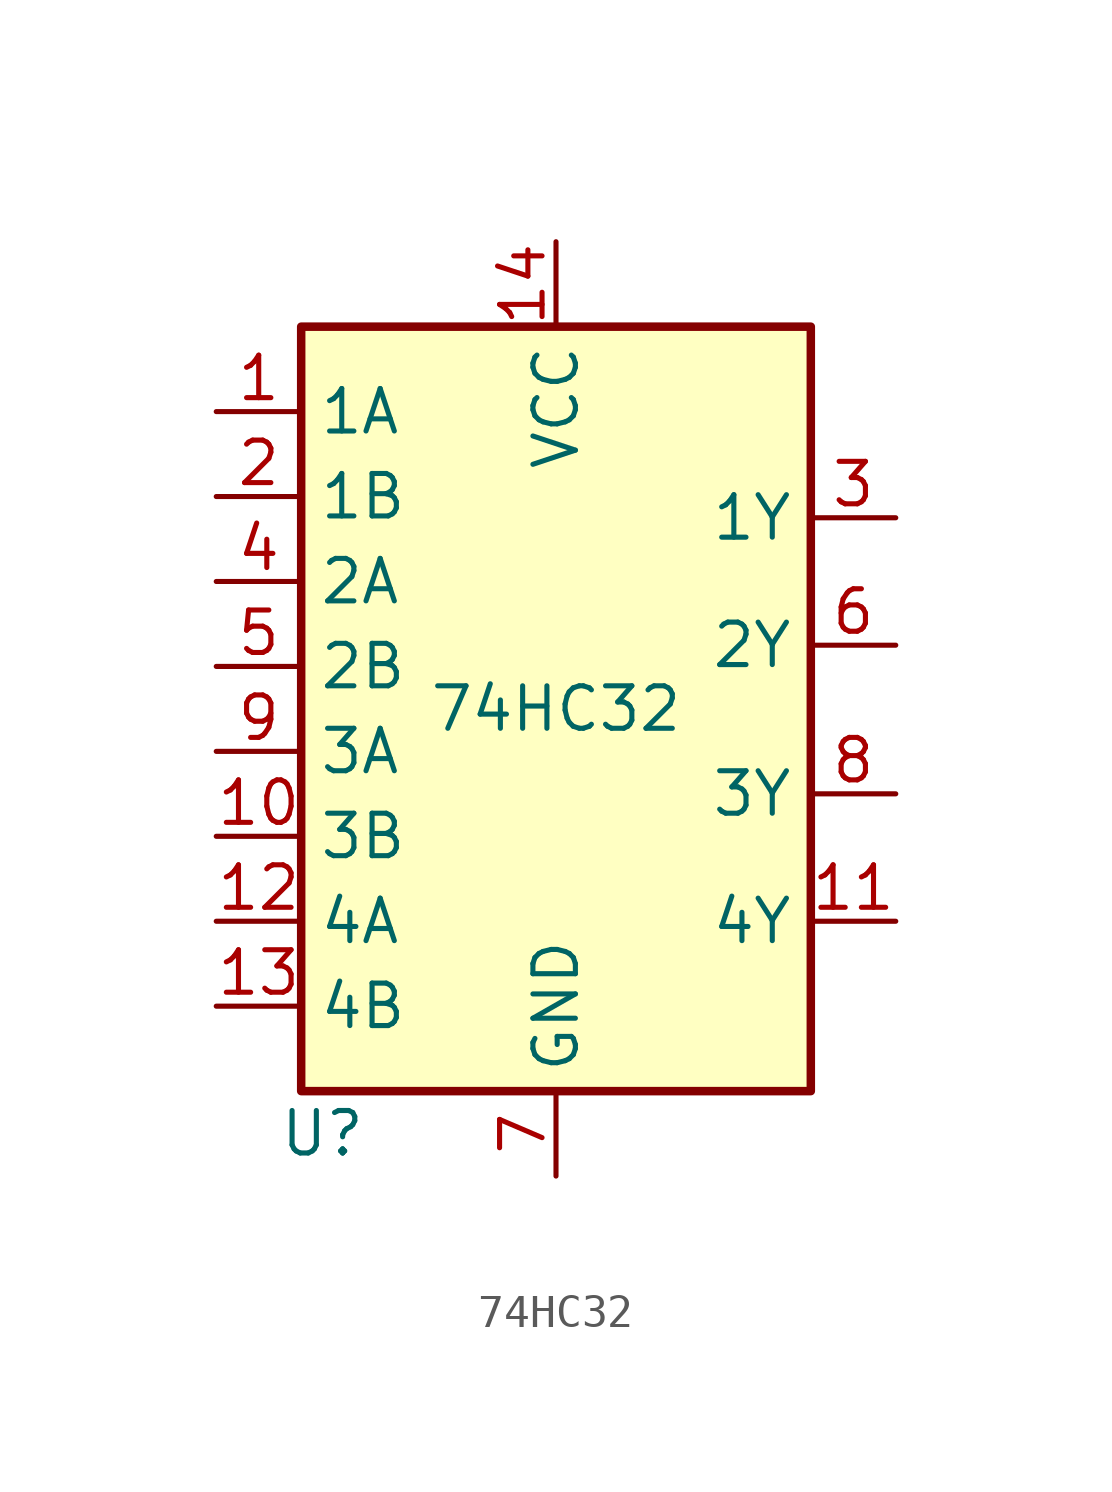
<source format=kicad_sym>
(kicad_symbol_lib
  (version 20211014)
  (generator kicad_symbol_editor)
  (symbol "74HC32"
    (property "Reference" "U"
      (at -6.985 -12.7 0)
      (effects (font (size 1.27 1.27))))
    (property "Value" "74HC32"
      (at 0 0 0)
      (effects (font (size 1.27 1.27))))
    (symbol "74HC32_0_1"
      (rectangle (start -7.62 -11.43) (end 7.62 11.43) (stroke (width 0.254) (type default) (color 0 0 0 0)) (fill (type background))))
    (symbol "74HC32_1_1"
      (pin input line (at -10.16 8.89 0) (length 2.54) (name "1A" (effects (font (size 1.27 1.27)))) (number "1" (effects (font (size 1.27 1.27)))))
      (pin input line (at -10.16 -3.81 0) (length 2.54) (name "3B" (effects (font (size 1.27 1.27)))) (number "10" (effects (font (size 1.27 1.27)))))
      (pin output line (at 10.16 -6.35 180) (length 2.54) (name "4Y" (effects (font (size 1.27 1.27)))) (number "11" (effects (font (size 1.27 1.27)))))
      (pin input line (at -10.16 -6.35 0) (length 2.54) (name "4A" (effects (font (size 1.27 1.27)))) (number "12" (effects (font (size 1.27 1.27)))))
      (pin input line (at -10.16 -8.89 0) (length 2.54) (name "4B" (effects (font (size 1.27 1.27)))) (number "13" (effects (font (size 1.27 1.27)))))
      (pin power_in line (at 0 13.97 270) (length 2.54) (name "VCC" (effects (font (size 1.27 1.27)))) (number "14" (effects (font (size 1.27 1.27)))))
      (pin input line (at -10.16 6.35 0) (length 2.54) (name "1B" (effects (font (size 1.27 1.27)))) (number "2" (effects (font (size 1.27 1.27)))))
      (pin output line (at 10.16 5.715 180) (length 2.54) (name "1Y" (effects (font (size 1.27 1.27)))) (number "3" (effects (font (size 1.27 1.27)))))
      (pin input line (at -10.16 3.81 0) (length 2.54) (name "2A" (effects (font (size 1.27 1.27)))) (number "4" (effects (font (size 1.27 1.27)))))
      (pin input line (at -10.16 1.27 0) (length 2.54) (name "2B" (effects (font (size 1.27 1.27)))) (number "5" (effects (font (size 1.27 1.27)))))
      (pin output line (at 10.16 1.905 180) (length 2.54) (name "2Y" (effects (font (size 1.27 1.27)))) (number "6" (effects (font (size 1.27 1.27)))))
      (pin power_in line (at 0 -13.97 90) (length 2.54) (name "GND" (effects (font (size 1.27 1.27)))) (number "7" (effects (font (size 1.27 1.27)))))
      (pin output line (at 10.16 -2.54 180) (length 2.54) (name "3Y" (effects (font (size 1.27 1.27)))) (number "8" (effects (font (size 1.27 1.27)))))
      (pin input line (at -10.16 -1.27 0) (length 2.54) (name "3A" (effects (font (size 1.27 1.27)))) (number "9" (effects (font (size 1.27 1.27))))))))
</source>
